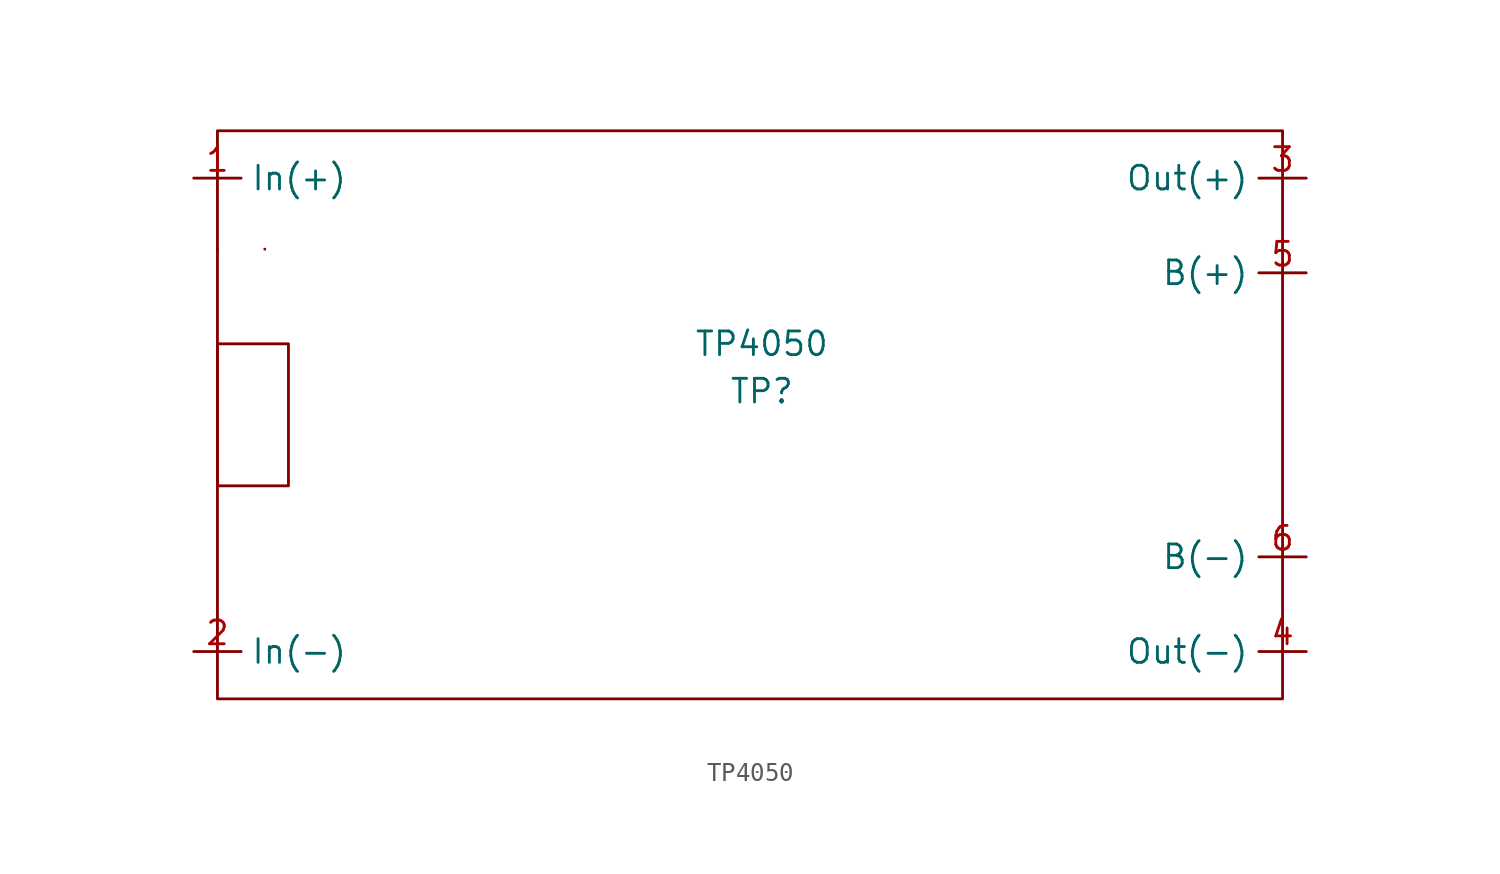
<source format=kicad_sym>
(kicad_symbol_lib
  (version 20211014)
  (generator kicad_symbol_editor)
  (symbol "TP4050"
    (property "Reference" "TP"
      (at 22.86 -10.16 0)
      (effects (font (size 1.27 1.27))))
    (property "Value" "TP4050"
      (at 22.86 -7.62 0)
      (effects (font (size 1.27 1.27))))
    (symbol "TP4050_0_1"
      (rectangle (start -6.35 -7.62) (end -2.54 -15.24) (stroke (width 0) (type default) (color 0 0 0 0)) (fill (type none)))
      (rectangle (start -6.35 -2.54) (end -6.35 -2.54) (stroke (width 0) (type default) (color 0 0 0 0)) (fill (type none)))
      (rectangle (start -6.35 3.81) (end 50.8 -26.67) (stroke (width 0) (type default) (color 0 0 0 0)) (fill (type none)))
      (rectangle (start -3.81 -2.54) (end -3.81 -2.54) (stroke (width 0) (type default) (color 0 0 0 0)) (fill (type none))))
    (symbol "TP4050_1_1"
      (pin input line (at -7.62 1.27 0) (length 2.54) (name "In(+)" (effects (font (size 1.27 1.27)))) (number "1" (effects (font (size 1.27 1.27)))))
      (pin input line (at -7.62 -24.13 0) (length 2.54) (name "In(-)" (effects (font (size 1.27 1.27)))) (number "2" (effects (font (size 1.27 1.27)))))
      (pin output line (at 52.07 1.27 180) (length 2.54) (name "Out(+)" (effects (font (size 1.27 1.27)))) (number "3" (effects (font (size 1.27 1.27)))))
      (pin output line (at 52.07 -24.13 180) (length 2.54) (name "Out(-)" (effects (font (size 1.27 1.27)))) (number "4" (effects (font (size 1.27 1.27)))))
      (pin output line (at 52.07 -3.81 180) (length 2.54) (name "B(+)" (effects (font (size 1.27 1.27)))) (number "5" (effects (font (size 1.27 1.27)))))
      (pin output line (at 52.07 -19.05 180) (length 2.54) (name "B(-)" (effects (font (size 1.27 1.27)))) (number "6" (effects (font (size 1.27 1.27))))))))
</source>
